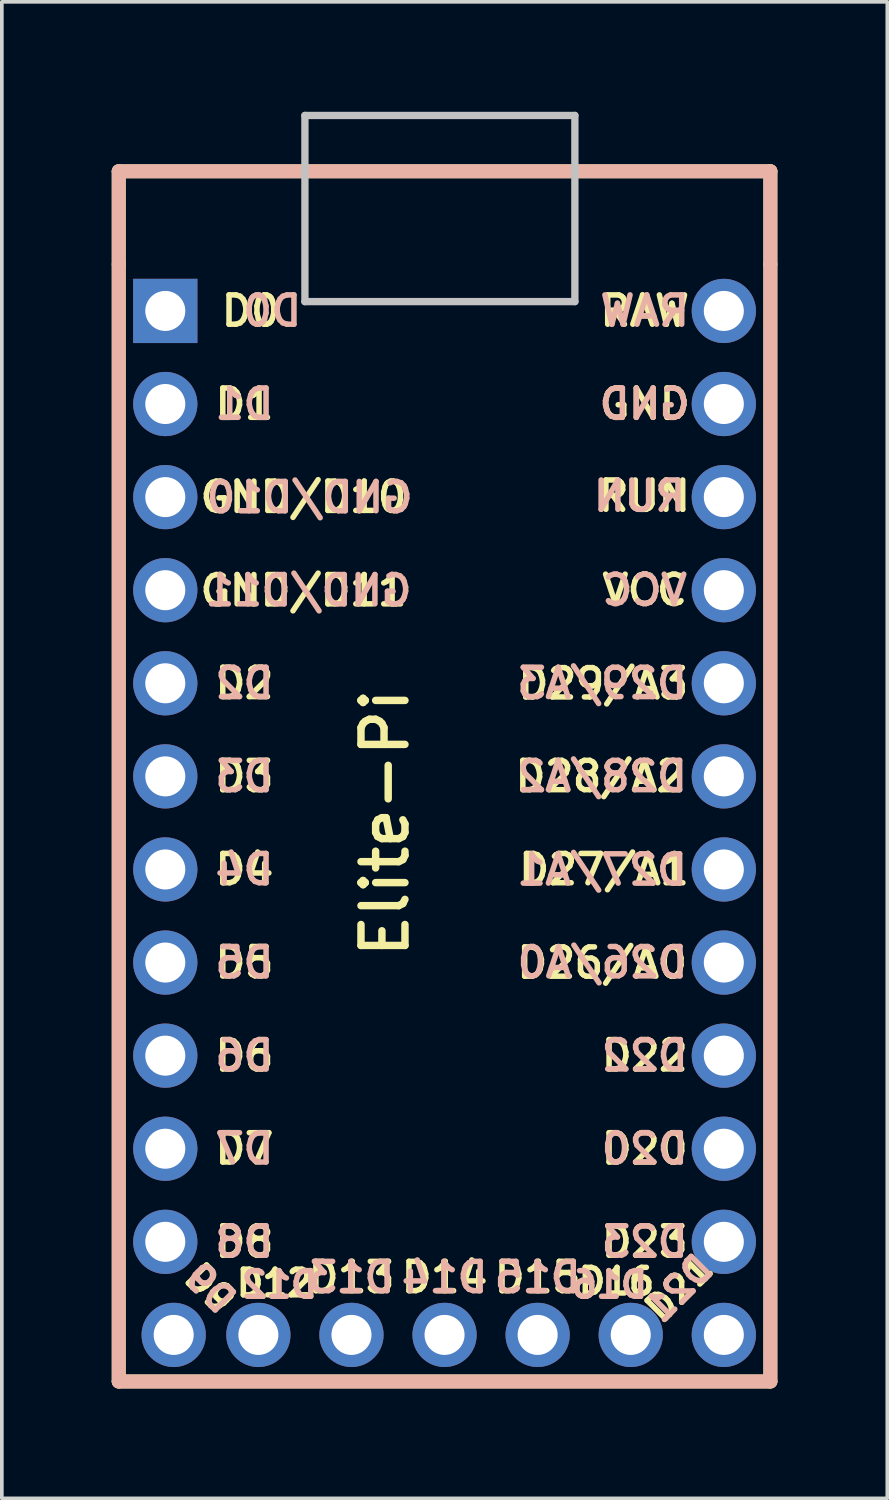
<source format=kicad_pcb>
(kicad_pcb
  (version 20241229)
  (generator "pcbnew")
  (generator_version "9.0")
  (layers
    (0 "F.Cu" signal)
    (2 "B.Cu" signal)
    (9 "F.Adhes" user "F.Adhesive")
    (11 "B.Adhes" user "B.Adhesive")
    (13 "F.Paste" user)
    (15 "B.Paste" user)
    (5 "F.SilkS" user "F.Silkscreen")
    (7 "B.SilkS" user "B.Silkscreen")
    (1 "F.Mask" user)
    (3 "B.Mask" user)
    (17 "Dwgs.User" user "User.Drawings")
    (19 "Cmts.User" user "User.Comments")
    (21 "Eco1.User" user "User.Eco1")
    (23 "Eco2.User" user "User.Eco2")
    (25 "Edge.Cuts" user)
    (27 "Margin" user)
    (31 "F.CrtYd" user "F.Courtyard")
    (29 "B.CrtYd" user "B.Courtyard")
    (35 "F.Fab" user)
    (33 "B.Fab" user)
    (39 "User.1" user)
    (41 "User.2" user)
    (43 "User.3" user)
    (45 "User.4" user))
  (footprint "Elite-Pi"
    (layer "F.Cu")
    (at 11.07 17.414)
    (property "Reference" "Elite-Pi" (at -3.615 1.99 270) (layer "F.SilkS") (effects (font (size 1.2 1.2) (thickness 0.203))))
    (attr through_hole)
    (fp_line (start -10.88 -15.79) (end -10.88 -13.25) (stroke (width 0.381) (type solid)) (layer "F.SilkS"))
    (fp_line (start -10.88 -13.25) (end -10.88 17.23) (stroke (width 0.381) (type solid)) (layer "F.SilkS"))
    (fp_line (start -10.88 17.23) (end 6.9 17.23) (stroke (width 0.381) (type solid)) (layer "F.SilkS"))
    (fp_line (start 6.9 -15.79) (end -10.88 -15.79) (stroke (width 0.381) (type solid)) (layer "F.SilkS"))
    (fp_line (start 6.9 -13.25) (end 6.9 -15.79) (stroke (width 0.381) (type solid)) (layer "F.SilkS"))
    (fp_line (start 6.9 17.23) (end 6.9 -13.25) (stroke (width 0.381) (type solid)) (layer "F.SilkS"))
    (fp_line (start -10.88 -15.79) (end -10.88 17.23) (stroke (width 0.381) (type solid)) (layer "B.SilkS"))
    (fp_line (start -10.88 17.23) (end 6.9 17.23) (stroke (width 0.381) (type solid)) (layer "B.SilkS"))
    (fp_line (start 6.9 -15.79) (end -10.88 -15.79) (stroke (width 0.381) (type solid)) (layer "B.SilkS"))
    (fp_line (start 6.9 17.23) (end 6.9 -15.79) (stroke (width 0.381) (type solid)) (layer "B.SilkS"))
    (fp_line (start -5.8 -17.314) (end 1.566 -17.314) (stroke (width 0.2) (type solid)) (layer "Dwgs.User"))
    (fp_line (start -5.8 -12.234) (end -5.8 -17.314) (stroke (width 0.2) (type solid)) (layer "Dwgs.User"))
    (fp_line (start 1.566 -17.314) (end 1.566 -12.234) (stroke (width 0.2) (type solid)) (layer "Dwgs.User"))
    (fp_line (start 1.566 -12.234) (end -5.8 -12.234) (stroke (width 0.2) (type solid)) (layer "Dwgs.User"))
    (fp_text user "D15" (at 0.55 14.39 0) (layer "F.SilkS") (effects (font (size 0.8 0.8) (thickness 0.15))))
    (fp_text user "D2" (at -7.451 -1.82 0) (layer "F.SilkS") (effects (font (size 0.8 0.8) (thickness 0.15))))
    (fp_text user "RAW" (at 3.471 -11.98 0) (layer "F.SilkS") (effects (font (size 0.8 0.8) (thickness 0.15))))
    (fp_text user "D21" (at 4.41 14.69 45) (unlocked yes) (layer "F.SilkS") (effects (font (size 0.7 0.7) (thickness 0.15))))
    (fp_text user "D9" (at -8.39 14.69 315) (layer "F.SilkS") (effects (font (size 0.7 0.7) (thickness 0.15))))
    (fp_text user "GND/D10" (at -5.84 -6.9 0) (layer "F.SilkS") (effects (font (size 0.8 0.8) (thickness 0.15))))
    (fp_text user "D20" (at 3.471 10.88 0) (layer "F.SilkS") (effects (font (size 0.8 0.8) (thickness 0.15))))
    (fp_text user "D13" (at -4.53 14.39 0) (layer "F.SilkS") (effects (font (size 0.8 0.8) (thickness 0.15))))
    (fp_text user "D1" (at -7.451 -9.44 0) (layer "F.SilkS") (effects (font (size 0.8 0.8) (thickness 0.15))))
    (fp_text user "D12" (at -6.63 14.55 0) (layer "F.SilkS") (effects (font (size 0.7 0.7) (thickness 0.15))))
    (fp_text user "D23" (at 3.471 13.42 0) (layer "F.SilkS") (effects (font (size 0.8 0.8) (thickness 0.15))))
    (fp_text user "D27/A1" (at 2.36 3.26 0) (layer "F.SilkS") (effects (font (size 0.8 0.8) (thickness 0.15))))
    (fp_text user "D4" (at -7.451 3.26 0) (layer "F.SilkS") (effects (font (size 0.8 0.8) (thickness 0.15))))
    (fp_text user "GND/D11" (at -5.84 -4.35 0) (layer "F.SilkS") (effects (font (size 0.8 0.8) (thickness 0.15))))
    (fp_text user "D26/A0" (at 2.31 5.81 0) (layer "F.SilkS") (effects (font (size 0.8 0.8) (thickness 0.15))))
    (fp_text user "D14" (at -1.99 14.39 0) (layer "F.SilkS") (effects (font (size 0.8 0.8) (thickness 0.15))))
    (fp_text user "VCC" (at 3.471 -4.36 0) (layer "F.SilkS") (effects (font (size 0.8 0.8) (thickness 0.15))))
    (fp_text user "D6" (at -7.451 8.34 0) (layer "F.SilkS") (effects (font (size 0.8 0.8) (thickness 0.15))))
    (fp_text user "GND" (at 3.471 -9.44 0) (layer "F.SilkS") (effects (font (size 0.8 0.8) (thickness 0.15))))
    (fp_text user "D7" (at -7.451 10.88 0) (layer "F.SilkS") (effects (font (size 0.8 0.8) (thickness 0.15))))
    (fp_text user "D22" (at 3.471 8.34 0) (layer "F.SilkS") (effects (font (size 0.8 0.8) (thickness 0.15))))
    (fp_text user "D0" (at -7.28 -11.98 0) (layer "F.SilkS") (effects (font (size 0.8 0.8) (thickness 0.15))))
    (fp_text user "D29/A3" (at 2.34 -1.81 0) (layer "F.SilkS") (effects (font (size 0.8 0.8) (thickness 0.15))))
    (fp_text user "D3" (at -7.451 0.72 0) (layer "F.SilkS") (effects (font (size 0.8 0.8) (thickness 0.15))))
    (fp_text user "D16" (at 2.7 14.5 0) (layer "F.SilkS") (effects (font (size 0.7 0.7) (thickness 0.15))))
    (fp_text user "D8" (at -7.451 13.42 0) (layer "F.SilkS") (effects (font (size 0.8 0.8) (thickness 0.15))))
    (fp_text user "RUN" (at 3.46 -6.93 0) (layer "F.SilkS") (effects (font (size 0.8 0.8) (thickness 0.15))))
    (fp_text user "D5" (at -7.451 5.8 0) (layer "F.SilkS") (effects (font (size 0.8 0.8) (thickness 0.15))))
    (fp_text user "D28/A2" (at 2.26 0.72 0) (layer "F.SilkS") (effects (font (size 0.8 0.8) (thickness 0.15))))
    (fp_text user "D15" (at 0.55 14.39 0) (layer "B.SilkS") (effects (font (size 0.8 0.8) (thickness 0.15)) (justify mirror)))
    (fp_text user "D7" (at -7.451 10.88 0) (layer "B.SilkS") (effects (font (size 0.8 0.8) (thickness 0.15)) (justify mirror)))
    (fp_text user "D4" (at -7.451 3.26 0) (layer "B.SilkS") (effects (font (size 0.8 0.8) (thickness 0.15)) (justify mirror)))
    (fp_text user "D0" (at -6.69 -11.98 0) (layer "B.SilkS") (effects (font (size 0.8 0.8) (thickness 0.15)) (justify mirror)))
    (fp_text user "D8" (at -7.451 13.42 0) (layer "B.SilkS") (effects (font (size 0.8 0.8) (thickness 0.15)) (justify mirror)))
    (fp_text user "D20" (at 3.471 10.88 0) (layer "B.SilkS") (effects (font (size 0.8 0.8) (thickness 0.15)) (justify mirror)))
    (fp_text user "D21" (at 4.41 14.69 45) (unlocked yes) (layer "B.SilkS") (effects (font (size 0.7 0.7) (thickness 0.15)) (justify mirror)))
    (fp_text user "D26/A0" (at 2.32 5.8 0) (layer "B.SilkS") (effects (font (size 0.8 0.8) (thickness 0.15)) (justify mirror)))
    (fp_text user "D9" (at -8.39 14.69 315) (layer "B.SilkS") (effects (font (size 0.7 0.7) (thickness 0.15)) (justify mirror)))
    (fp_text user "GND/D11" (at -5.7 -4.35 0) (layer "B.SilkS") (effects (font (size 0.8 0.8) (thickness 0.15)) (justify mirror)))
    (fp_text user "D3" (at -7.451 0.72 0) (layer "B.SilkS") (effects (font (size 0.8 0.8) (thickness 0.15)) (justify mirror)))
    (fp_text user "D5" (at -7.451 5.8 0) (layer "B.SilkS") (effects (font (size 0.8 0.8) (thickness 0.15)) (justify mirror)))
    (fp_text user "D2" (at -7.451 -1.82 0) (layer "B.SilkS") (effects (font (size 0.8 0.8) (thickness 0.15)) (justify mirror)))
    (fp_text user "D16" (at 2.51 14.59 0) (layer "B.SilkS") (effects (font (size 0.7 0.7) (thickness 0.15)) (justify mirror)))
    (fp_text user "D6" (at -7.451 8.34 0) (layer "B.SilkS") (effects (font (size 0.8 0.8) (thickness 0.15)) (justify mirror)))
    (fp_text user "D29/A3" (at 2.31 -1.82 0) (layer "B.SilkS") (effects (font (size 0.8 0.8) (thickness 0.15)) (justify mirror)))
    (fp_text user "VCC" (at 3.471 -4.36 0) (layer "B.SilkS") (effects (font (size 0.8 0.8) (thickness 0.15)) (justify mirror)))
    (fp_text user "GND" (at 3.471 -9.44 0) (layer "B.SilkS") (effects (font (size 0.8 0.8) (thickness 0.15)) (justify mirror)))
    (fp_text user "RUN" (at 3.33 -6.93 0) (layer "B.SilkS") (effects (font (size 0.8 0.8) (thickness 0.15)) (justify mirror)))
    (fp_text user "D28/A2" (at 2.31 0.72 0) (layer "B.SilkS") (effects (font (size 0.8 0.8) (thickness 0.15)) (justify mirror)))
    (fp_text user "GND/D10" (at -5.67 -6.89 0) (layer "B.SilkS") (effects (font (size 0.8 0.8) (thickness 0.15)) (justify mirror)))
    (fp_text user "D23" (at 3.471 13.42 0) (layer "B.SilkS") (effects (font (size 0.8 0.8) (thickness 0.15)) (justify mirror)))
    (fp_text user "D22" (at 3.471 8.34 0) (layer "B.SilkS") (effects (font (size 0.8 0.8) (thickness 0.15)) (justify mirror)))
    (fp_text user "D1" (at -7.451 -9.44 0) (layer "B.SilkS") (effects (font (size 0.8 0.8) (thickness 0.15)) (justify mirror)))
    (fp_text user "D14" (at -1.99 14.39 0) (layer "B.SilkS") (effects (font (size 0.8 0.8) (thickness 0.15)) (justify mirror)))
    (fp_text user "RAW" (at 3.471 -11.98 0) (layer "B.SilkS") (effects (font (size 0.8 0.8) (thickness 0.15)) (justify mirror)))
    (fp_text user "D13" (at -4.53 14.39 0) (layer "B.SilkS") (effects (font (size 0.8 0.8) (thickness 0.15)) (justify mirror)))
    (fp_text user "D27/A1" (at 2.31 3.27 0) (layer "B.SilkS") (effects (font (size 0.8 0.8) (thickness 0.15)) (justify mirror)))
    (fp_text user "D12" (at -6.49 14.59 0) (layer "B.SilkS") (effects (font (size 0.7 0.7) (thickness 0.15)) (justify mirror)))
    (pad "1" thru_hole rect (at -9.61 -11.98 270) (size 1.753 1.753) (drill 1.092) (layers "*.Cu" "*.Mask"))
    (pad "2" thru_hole circle (at -9.61 -9.44 270) (size 1.753 1.753) (drill 1.092) (layers "*.Cu" "*.Mask"))
    (pad "3" thru_hole circle (at -9.61 -6.9 270) (size 1.753 1.753) (drill 1.092) (layers "*.Cu" "*.Mask"))
    (pad "4" thru_hole circle (at -9.61 -4.36 270) (size 1.753 1.753) (drill 1.092) (layers "*.Cu" "*.Mask"))
    (pad "5" thru_hole circle (at -9.61 -1.82 270) (size 1.753 1.753) (drill 1.092) (layers "*.Cu" "*.Mask"))
    (pad "6" thru_hole circle (at -9.61 0.72 270) (size 1.753 1.753) (drill 1.092) (layers "*.Cu" "*.Mask"))
    (pad "7" thru_hole circle (at -9.61 3.26 270) (size 1.753 1.753) (drill 1.092) (layers "*.Cu" "*.Mask"))
    (pad "8" thru_hole circle (at -9.61 5.8 270) (size 1.753 1.753) (drill 1.092) (layers "*.Cu" "*.Mask"))
    (pad "9" thru_hole circle (at -9.61 8.34 270) (size 1.753 1.753) (drill 1.092) (layers "*.Cu" "*.Mask"))
    (pad "10" thru_hole circle (at -9.61 10.88 270) (size 1.753 1.753) (drill 1.092) (layers "*.Cu" "*.Mask"))
    (pad "11" thru_hole circle (at -9.61 13.42 270) (size 1.753 1.753) (drill 1.092) (layers "*.Cu" "*.Mask"))
    (pad "12" thru_hole circle (at -9.381 15.96 270) (size 1.753 1.753) (drill 1.092) (layers "*.Cu" "*.Mask"))
    (pad "13" thru_hole circle (at 5.63 15.96 270) (size 1.753 1.753) (drill 1.092) (layers "*.Cu" "*.Mask"))
    (pad "14" thru_hole circle (at 5.63 13.42 270) (size 1.753 1.753) (drill 1.092) (layers "*.Cu" "*.Mask"))
    (pad "15" thru_hole circle (at 5.63 10.88 270) (size 1.753 1.753) (drill 1.092) (layers "*.Cu" "*.Mask"))
    (pad "16" thru_hole circle (at 5.63 8.34 270) (size 1.753 1.753) (drill 1.092) (layers "*.Cu" "*.Mask"))
    (pad "17" thru_hole circle (at 5.63 5.8 270) (size 1.753 1.753) (drill 1.092) (layers "*.Cu" "*.Mask"))
    (pad "18" thru_hole circle (at 5.63 3.26 270) (size 1.753 1.753) (drill 1.092) (layers "*.Cu" "*.Mask"))
    (pad "19" thru_hole circle (at 5.63 0.72 270) (size 1.753 1.753) (drill 1.092) (layers "*.Cu" "*.Mask"))
    (pad "20" thru_hole circle (at 5.63 -1.82 270) (size 1.753 1.753) (drill 1.092) (layers "*.Cu" "*.Mask"))
    (pad "21" thru_hole circle (at 5.63 -4.36 270) (size 1.753 1.753) (drill 1.092) (layers "*.Cu" "*.Mask"))
    (pad "22" thru_hole circle (at 5.63 -6.9 270) (size 1.753 1.753) (drill 1.092) (layers "*.Cu" "*.Mask"))
    (pad "23" thru_hole circle (at 5.63 -9.44 270) (size 1.753 1.753) (drill 1.092) (layers "*.Cu" "*.Mask"))
    (pad "24" thru_hole circle (at 5.63 -11.98 270) (size 1.753 1.753) (drill 1.092) (layers "*.Cu" "*.Mask"))
    (pad "25" thru_hole circle (at -7.07 15.96 270) (size 1.753 1.753) (drill 1.092) (layers "*.Cu" "*.Mask"))
    (pad "26" thru_hole circle (at -4.53 15.96 270) (size 1.753 1.753) (drill 1.092) (layers "*.Cu" "*.Mask"))
    (pad "27" thru_hole circle (at -1.99 15.96 270) (size 1.753 1.753) (drill 1.092) (layers "*.Cu" "*.Mask"))
    (pad "28" thru_hole circle (at 0.55 15.96 270) (size 1.753 1.753) (drill 1.092) (layers "*.Cu" "*.Mask"))
    (pad "29" thru_hole circle (at 3.09 15.96 270) (size 1.753 1.753) (drill 1.092) (layers "*.Cu" "*.Mask")))
  (gr_rect
    (start -3 -3)
    (end 21.161 37.834)
    (stroke (width 0.1) (type default))
    (fill no)
    (layer "Edge.Cuts")))
</source>
